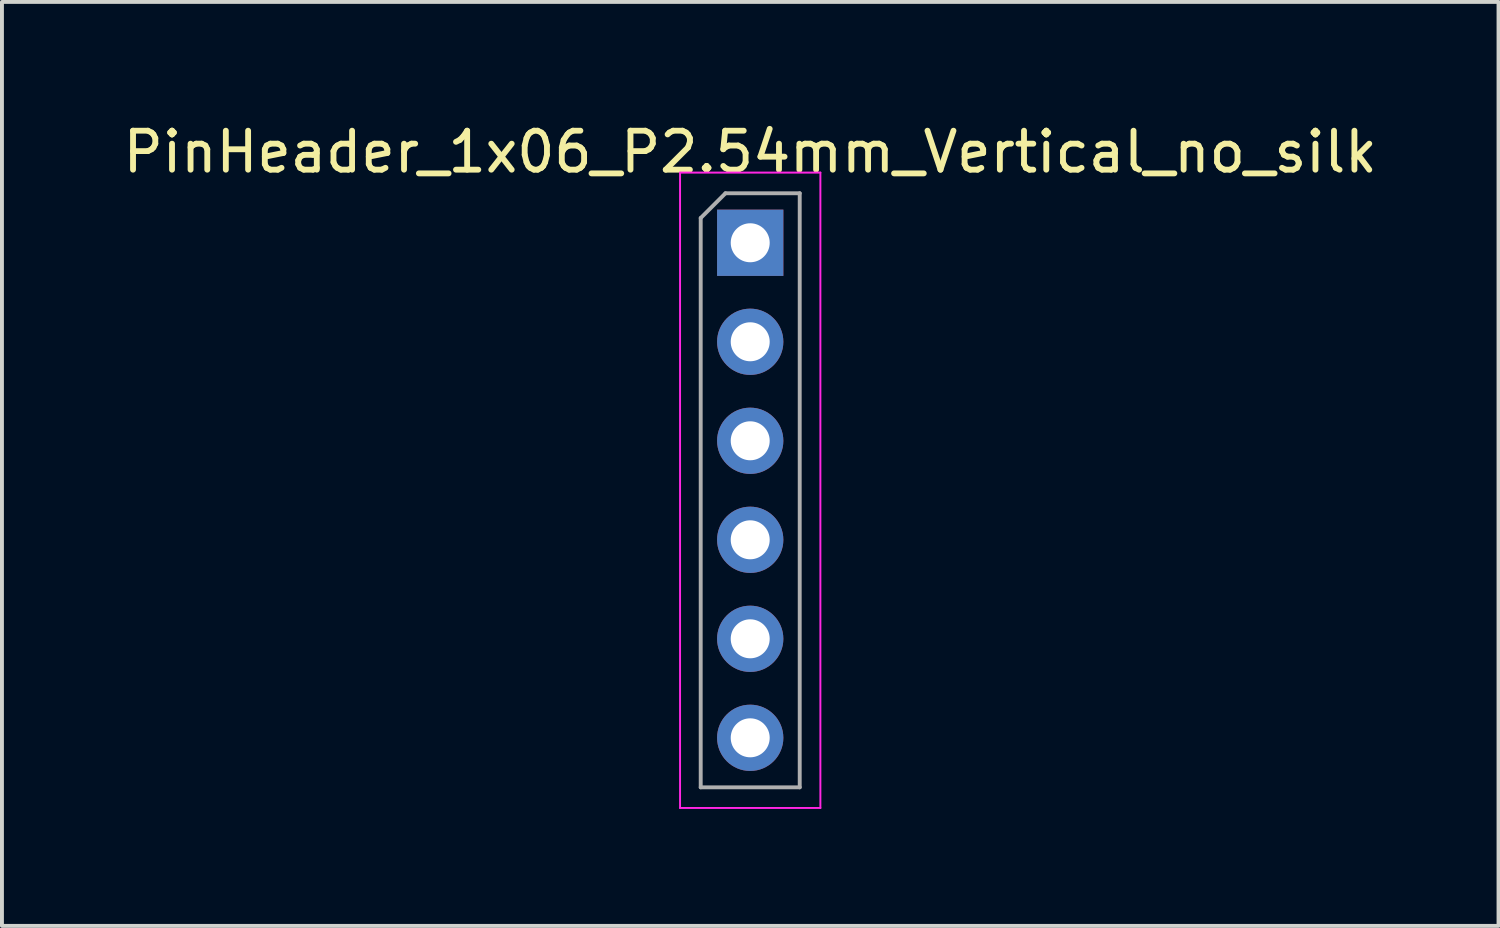
<source format=kicad_pcb>
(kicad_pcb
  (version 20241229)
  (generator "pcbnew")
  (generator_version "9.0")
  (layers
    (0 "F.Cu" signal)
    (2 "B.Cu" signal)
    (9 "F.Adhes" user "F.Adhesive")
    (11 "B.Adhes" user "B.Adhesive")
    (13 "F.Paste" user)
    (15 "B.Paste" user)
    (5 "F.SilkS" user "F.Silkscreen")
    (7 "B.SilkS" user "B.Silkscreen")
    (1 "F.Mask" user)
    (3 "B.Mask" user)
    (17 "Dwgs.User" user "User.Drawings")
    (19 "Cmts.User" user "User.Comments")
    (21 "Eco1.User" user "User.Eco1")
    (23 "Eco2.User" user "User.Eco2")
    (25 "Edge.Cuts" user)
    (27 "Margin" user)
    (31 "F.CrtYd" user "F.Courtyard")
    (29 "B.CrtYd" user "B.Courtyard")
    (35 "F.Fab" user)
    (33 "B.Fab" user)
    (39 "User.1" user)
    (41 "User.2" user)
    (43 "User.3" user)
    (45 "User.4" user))
  (footprint "PinHeader_1x06_P2.54mm_Vertical_no_silk"
    (layer "F.Cu")
    (at 16.196 3.178)
    (property "Reference" "PinHeader_1x06_P2.54mm_Vertical_no_silk" (at 0 -2.33 0) (layer "F.SilkS") (effects (font (size 1 1) (thickness 0.15))))
    (attr through_hole)
    (fp_line (start -1.8 -1.8) (end -1.8 14.5) (stroke (width 0.05) (type solid)) (layer "F.CrtYd"))
    (fp_line (start -1.8 14.5) (end 1.8 14.5) (stroke (width 0.05) (type solid)) (layer "F.CrtYd"))
    (fp_line (start 1.8 -1.8) (end -1.8 -1.8) (stroke (width 0.05) (type solid)) (layer "F.CrtYd"))
    (fp_line (start 1.8 14.5) (end 1.8 -1.8) (stroke (width 0.05) (type solid)) (layer "F.CrtYd"))
    (fp_line (start -1.27 -0.635) (end -0.635 -1.27) (stroke (width 0.1) (type solid)) (layer "F.Fab"))
    (fp_line (start -1.27 13.97) (end -1.27 -0.635) (stroke (width 0.1) (type solid)) (layer "F.Fab"))
    (fp_line (start -0.635 -1.27) (end 1.27 -1.27) (stroke (width 0.1) (type solid)) (layer "F.Fab"))
    (fp_line (start 1.27 -1.27) (end 1.27 13.97) (stroke (width 0.1) (type solid)) (layer "F.Fab"))
    (fp_line (start 1.27 13.97) (end -1.27 13.97) (stroke (width 0.1) (type solid)) (layer "F.Fab"))
    (pad "1" thru_hole rect (at 0 0) (size 1.7 1.7) (drill 1) (layers "*.Cu" "*.Mask"))
    (pad "2" thru_hole oval (at 0 2.54) (size 1.7 1.7) (drill 1) (layers "*.Cu" "*.Mask"))
    (pad "3" thru_hole oval (at 0 5.08) (size 1.7 1.7) (drill 1) (layers "*.Cu" "*.Mask"))
    (pad "4" thru_hole oval (at 0 7.62) (size 1.7 1.7) (drill 1) (layers "*.Cu" "*.Mask"))
    (pad "5" thru_hole oval (at 0 10.16) (size 1.7 1.7) (drill 1) (layers "*.Cu" "*.Mask"))
    (pad "6" thru_hole oval (at 0 12.7) (size 1.7 1.7) (drill 1) (layers "*.Cu" "*.Mask")))
  (gr_rect
    (start -3 -3)
    (end 35.393 20.703)
    (stroke (width 0.1) (type default))
    (fill no)
    (layer "Edge.Cuts")))
</source>
